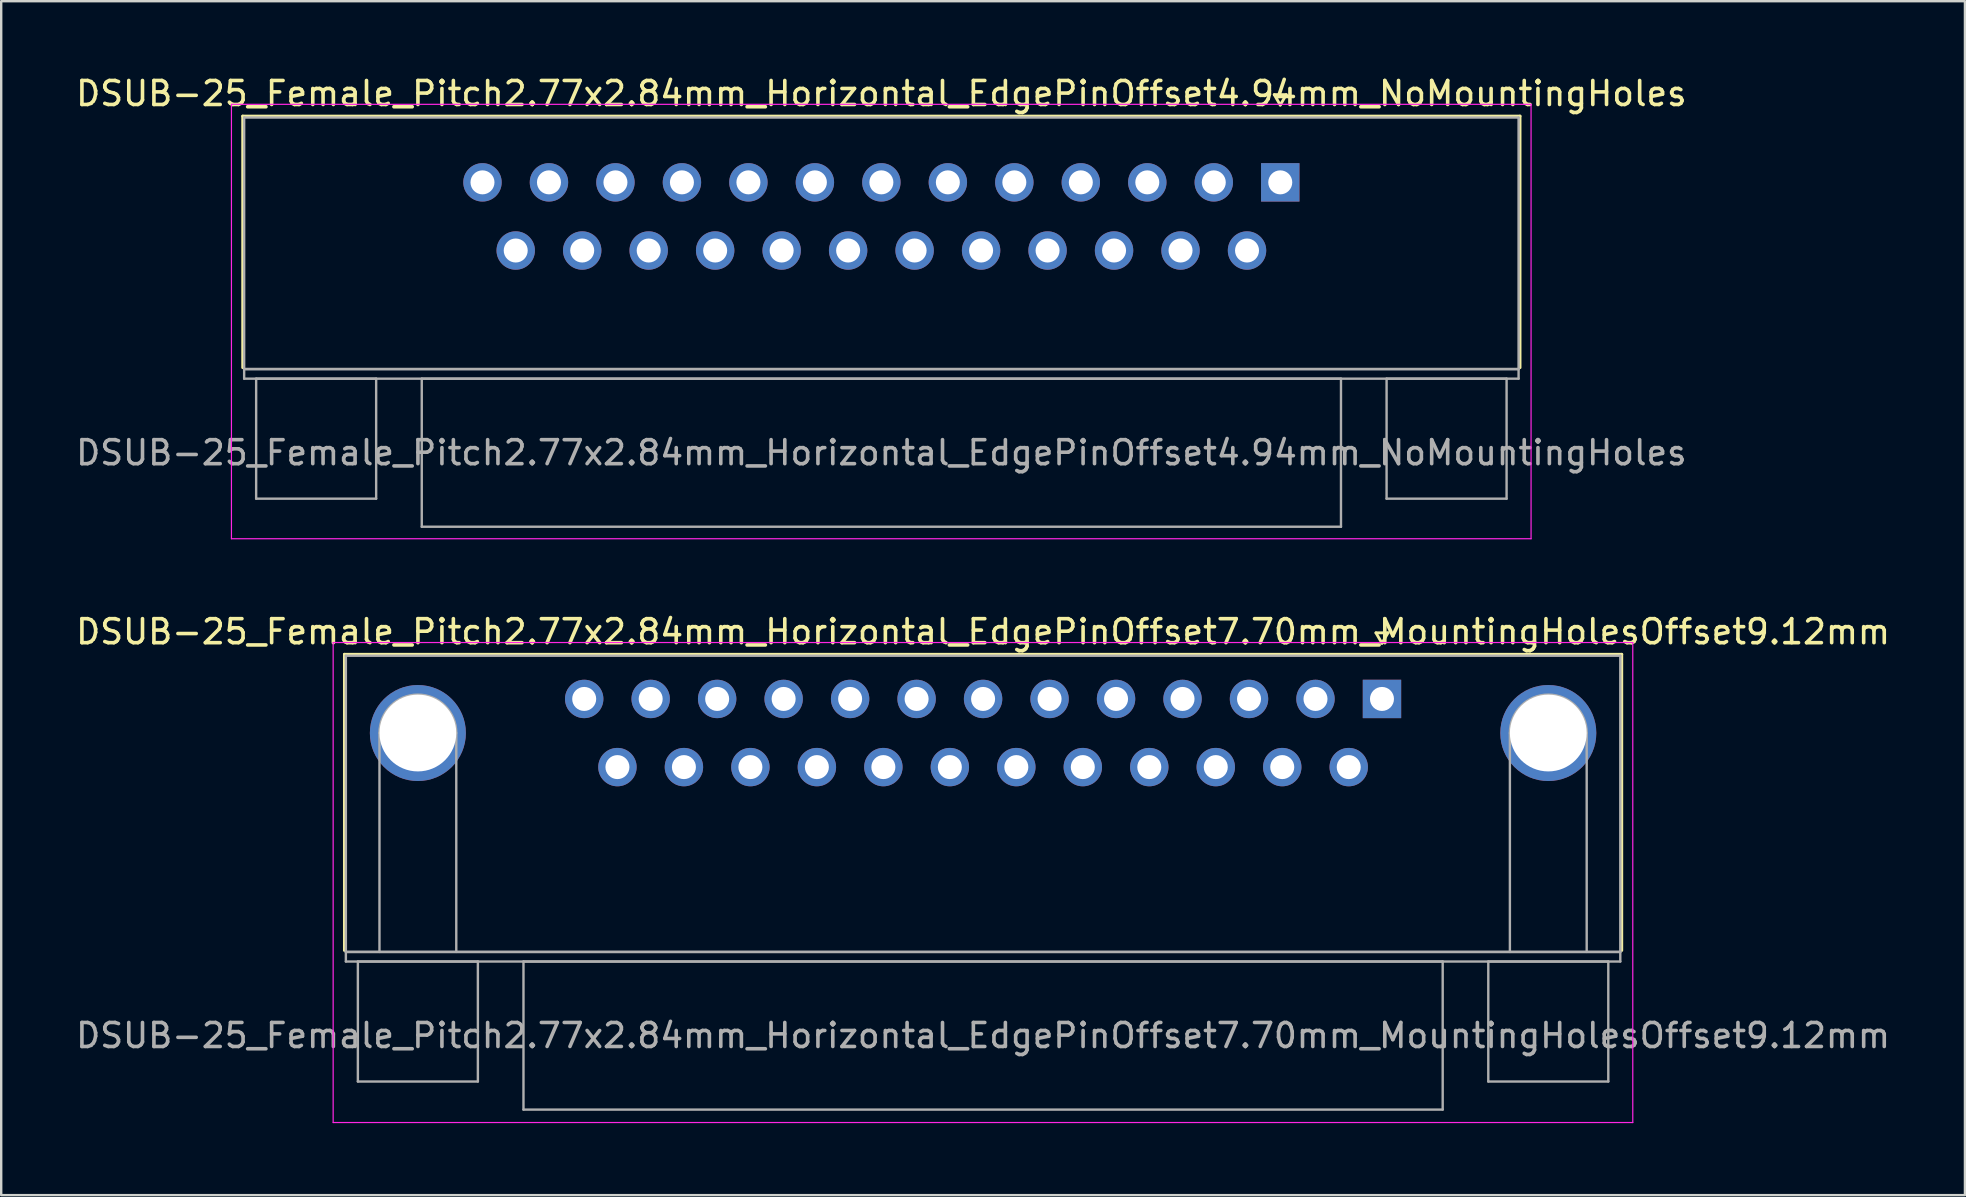
<source format=kicad_pcb>
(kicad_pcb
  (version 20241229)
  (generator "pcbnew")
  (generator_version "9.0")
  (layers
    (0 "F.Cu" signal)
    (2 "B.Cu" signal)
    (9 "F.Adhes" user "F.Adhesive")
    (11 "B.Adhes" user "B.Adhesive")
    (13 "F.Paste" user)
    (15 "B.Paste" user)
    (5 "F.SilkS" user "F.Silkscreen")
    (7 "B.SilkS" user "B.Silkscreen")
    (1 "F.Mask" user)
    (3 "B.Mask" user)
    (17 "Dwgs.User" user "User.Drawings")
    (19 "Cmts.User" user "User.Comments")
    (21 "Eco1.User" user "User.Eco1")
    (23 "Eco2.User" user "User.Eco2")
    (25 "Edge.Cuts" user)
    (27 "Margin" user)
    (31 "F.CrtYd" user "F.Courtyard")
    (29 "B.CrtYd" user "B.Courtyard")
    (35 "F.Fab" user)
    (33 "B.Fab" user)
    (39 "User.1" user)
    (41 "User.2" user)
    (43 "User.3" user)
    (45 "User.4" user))
  (footprint "DSUB-25_Female_Pitch2.77x2.84mm_Horizontal_EdgePinOffset7.70mm_MountingHolesOffset9.12mm"
    (layer "F.Cu")
    (at 54.531 26.072)
    (property "Reference" "DSUB-25_Female_Pitch2.77x2.84mm_Horizontal_EdgePinOffset7.70mm_MountingHolesOffset9.12mm" (at -16.62 -2.8 0) (layer "F.SilkS") (effects (font (size 1 1) (thickness 0.15))))
    (attr through_hole)
    (fp_line (start -43.23 -1.86) (end 9.99 -1.86) (stroke (width 0.12) (type solid)) (layer "F.SilkS"))
    (fp_line (start -43.23 10.48) (end -43.23 -1.86) (stroke (width 0.12) (type solid)) (layer "F.SilkS"))
    (fp_line (start -0.25 -2.754) (end 0.25 -2.754) (stroke (width 0.12) (type solid)) (layer "F.SilkS"))
    (fp_line (start 0 -2.321) (end -0.25 -2.754) (stroke (width 0.12) (type solid)) (layer "F.SilkS"))
    (fp_line (start 0.25 -2.754) (end 0 -2.321) (stroke (width 0.12) (type solid)) (layer "F.SilkS"))
    (fp_line (start 9.99 -1.86) (end 9.99 10.48) (stroke (width 0.12) (type solid)) (layer "F.SilkS"))
    (fp_line (start -43.7 -2.35) (end -43.7 17.65) (stroke (width 0.05) (type solid)) (layer "F.CrtYd"))
    (fp_line (start -43.7 17.65) (end 10.45 17.65) (stroke (width 0.05) (type solid)) (layer "F.CrtYd"))
    (fp_line (start 10.45 -2.35) (end -43.7 -2.35) (stroke (width 0.05) (type solid)) (layer "F.CrtYd"))
    (fp_line (start 10.45 17.65) (end 10.45 -2.35) (stroke (width 0.05) (type solid)) (layer "F.CrtYd"))
    (fp_line (start -43.17 -1.8) (end -43.17 10.54) (stroke (width 0.1) (type solid)) (layer "F.Fab"))
    (fp_line (start -43.17 10.54) (end -43.17 10.94) (stroke (width 0.1) (type solid)) (layer "F.Fab"))
    (fp_line (start -43.17 10.54) (end 9.93 10.54) (stroke (width 0.1) (type solid)) (layer "F.Fab"))
    (fp_line (start -43.17 10.94) (end 9.93 10.94) (stroke (width 0.1) (type solid)) (layer "F.Fab"))
    (fp_line (start -42.67 10.94) (end -42.67 15.94) (stroke (width 0.1) (type solid)) (layer "F.Fab"))
    (fp_line (start -42.67 15.94) (end -37.67 15.94) (stroke (width 0.1) (type solid)) (layer "F.Fab"))
    (fp_line (start -41.77 10.54) (end -41.77 1.42) (stroke (width 0.1) (type solid)) (layer "F.Fab"))
    (fp_line (start -38.57 10.54) (end -38.57 1.42) (stroke (width 0.1) (type solid)) (layer "F.Fab"))
    (fp_line (start -37.67 10.94) (end -42.67 10.94) (stroke (width 0.1) (type solid)) (layer "F.Fab"))
    (fp_line (start -37.67 15.94) (end -37.67 10.94) (stroke (width 0.1) (type solid)) (layer "F.Fab"))
    (fp_line (start -35.77 10.94) (end -35.77 17.11) (stroke (width 0.1) (type solid)) (layer "F.Fab"))
    (fp_line (start -35.77 17.11) (end 2.53 17.11) (stroke (width 0.1) (type solid)) (layer "F.Fab"))
    (fp_line (start 2.53 10.94) (end -35.77 10.94) (stroke (width 0.1) (type solid)) (layer "F.Fab"))
    (fp_line (start 2.53 17.11) (end 2.53 10.94) (stroke (width 0.1) (type solid)) (layer "F.Fab"))
    (fp_line (start 4.43 10.94) (end 4.43 15.94) (stroke (width 0.1) (type solid)) (layer "F.Fab"))
    (fp_line (start 4.43 15.94) (end 9.43 15.94) (stroke (width 0.1) (type solid)) (layer "F.Fab"))
    (fp_line (start 5.33 10.54) (end 5.33 1.42) (stroke (width 0.1) (type solid)) (layer "F.Fab"))
    (fp_line (start 8.53 10.54) (end 8.53 1.42) (stroke (width 0.1) (type solid)) (layer "F.Fab"))
    (fp_line (start 9.43 10.94) (end 4.43 10.94) (stroke (width 0.1) (type solid)) (layer "F.Fab"))
    (fp_line (start 9.43 15.94) (end 9.43 10.94) (stroke (width 0.1) (type solid)) (layer "F.Fab"))
    (fp_line (start 9.93 -1.8) (end -43.17 -1.8) (stroke (width 0.1) (type solid)) (layer "F.Fab"))
    (fp_line (start 9.93 10.54) (end -43.17 10.54) (stroke (width 0.1) (type solid)) (layer "F.Fab"))
    (fp_line (start 9.93 10.54) (end 9.93 -1.8) (stroke (width 0.1) (type solid)) (layer "F.Fab"))
    (fp_line (start 9.93 10.94) (end 9.93 10.54) (stroke (width 0.1) (type solid)) (layer "F.Fab"))
    (fp_arc (start -41.77 1.42) (mid -40.17 -0.18) (end -38.57 1.42) (stroke (width 0.1) (type solid)) (layer "F.Fab"))
    (fp_arc (start 5.33 1.42) (mid 6.93 -0.18) (end 8.53 1.42) (stroke (width 0.1) (type solid)) (layer "F.Fab"))
    (fp_text user "${REFERENCE}" (at -16.62 14.025 0) (layer "F.Fab") (effects (font (size 1 1) (thickness 0.15))))
    (pad "0" thru_hole circle (at -40.17 1.42) (size 4 4) (drill 3.2) (layers "*.Cu" "*.Mask"))
    (pad "0" thru_hole circle (at 6.93 1.42) (size 4 4) (drill 3.2) (layers "*.Cu" "*.Mask"))
    (pad "1" thru_hole rect (at 0 0) (size 1.6 1.6) (drill 1) (layers "*.Cu" "*.Mask"))
    (pad "2" thru_hole circle (at -2.77 0) (size 1.6 1.6) (drill 1) (layers "*.Cu" "*.Mask"))
    (pad "3" thru_hole circle (at -5.54 0) (size 1.6 1.6) (drill 1) (layers "*.Cu" "*.Mask"))
    (pad "4" thru_hole circle (at -8.31 0) (size 1.6 1.6) (drill 1) (layers "*.Cu" "*.Mask"))
    (pad "5" thru_hole circle (at -11.08 0) (size 1.6 1.6) (drill 1) (layers "*.Cu" "*.Mask"))
    (pad "6" thru_hole circle (at -13.85 0) (size 1.6 1.6) (drill 1) (layers "*.Cu" "*.Mask"))
    (pad "7" thru_hole circle (at -16.62 0) (size 1.6 1.6) (drill 1) (layers "*.Cu" "*.Mask"))
    (pad "8" thru_hole circle (at -19.39 0) (size 1.6 1.6) (drill 1) (layers "*.Cu" "*.Mask"))
    (pad "9" thru_hole circle (at -22.16 0) (size 1.6 1.6) (drill 1) (layers "*.Cu" "*.Mask"))
    (pad "10" thru_hole circle (at -24.93 0) (size 1.6 1.6) (drill 1) (layers "*.Cu" "*.Mask"))
    (pad "11" thru_hole circle (at -27.7 0) (size 1.6 1.6) (drill 1) (layers "*.Cu" "*.Mask"))
    (pad "12" thru_hole circle (at -30.47 0) (size 1.6 1.6) (drill 1) (layers "*.Cu" "*.Mask"))
    (pad "13" thru_hole circle (at -33.24 0) (size 1.6 1.6) (drill 1) (layers "*.Cu" "*.Mask"))
    (pad "14" thru_hole circle (at -1.385 2.84) (size 1.6 1.6) (drill 1) (layers "*.Cu" "*.Mask"))
    (pad "15" thru_hole circle (at -4.155 2.84) (size 1.6 1.6) (drill 1) (layers "*.Cu" "*.Mask"))
    (pad "16" thru_hole circle (at -6.925 2.84) (size 1.6 1.6) (drill 1) (layers "*.Cu" "*.Mask"))
    (pad "17" thru_hole circle (at -9.695 2.84) (size 1.6 1.6) (drill 1) (layers "*.Cu" "*.Mask"))
    (pad "18" thru_hole circle (at -12.465 2.84) (size 1.6 1.6) (drill 1) (layers "*.Cu" "*.Mask"))
    (pad "19" thru_hole circle (at -15.235 2.84) (size 1.6 1.6) (drill 1) (layers "*.Cu" "*.Mask"))
    (pad "20" thru_hole circle (at -18.005 2.84) (size 1.6 1.6) (drill 1) (layers "*.Cu" "*.Mask"))
    (pad "21" thru_hole circle (at -20.775 2.84) (size 1.6 1.6) (drill 1) (layers "*.Cu" "*.Mask"))
    (pad "22" thru_hole circle (at -23.545 2.84) (size 1.6 1.6) (drill 1) (layers "*.Cu" "*.Mask"))
    (pad "23" thru_hole circle (at -26.315 2.84) (size 1.6 1.6) (drill 1) (layers "*.Cu" "*.Mask"))
    (pad "24" thru_hole circle (at -29.085 2.84) (size 1.6 1.6) (drill 1) (layers "*.Cu" "*.Mask"))
    (pad "25" thru_hole circle (at -31.855 2.84) (size 1.6 1.6) (drill 1) (layers "*.Cu" "*.Mask")))
  (footprint "DSUB-25_Female_Pitch2.77x2.84mm_Horizontal_EdgePinOffset4.94mm_NoMountingHoles"
    (layer "F.Cu")
    (at 50.293 4.548)
    (property "Reference" "DSUB-25_Female_Pitch2.77x2.84mm_Horizontal_EdgePinOffset4.94mm_NoMountingHoles" (at -16.62 -3.7 0) (layer "F.SilkS") (effects (font (size 1 1) (thickness 0.15))))
    (attr through_hole)
    (fp_line (start -43.23 -2.76) (end 9.99 -2.76) (stroke (width 0.12) (type solid)) (layer "F.SilkS"))
    (fp_line (start -43.23 7.72) (end -43.23 -2.76) (stroke (width 0.12) (type solid)) (layer "F.SilkS"))
    (fp_line (start -0.25 -3.654) (end 0.25 -3.654) (stroke (width 0.12) (type solid)) (layer "F.SilkS"))
    (fp_line (start 0 -3.221) (end -0.25 -3.654) (stroke (width 0.12) (type solid)) (layer "F.SilkS"))
    (fp_line (start 0.25 -3.654) (end 0 -3.221) (stroke (width 0.12) (type solid)) (layer "F.SilkS"))
    (fp_line (start 9.99 -2.76) (end 9.99 7.72) (stroke (width 0.12) (type solid)) (layer "F.SilkS"))
    (fp_line (start -43.7 -3.25) (end -43.7 14.85) (stroke (width 0.05) (type solid)) (layer "F.CrtYd"))
    (fp_line (start -43.7 14.85) (end 10.45 14.85) (stroke (width 0.05) (type solid)) (layer "F.CrtYd"))
    (fp_line (start 10.45 -3.25) (end -43.7 -3.25) (stroke (width 0.05) (type solid)) (layer "F.CrtYd"))
    (fp_line (start 10.45 14.85) (end 10.45 -3.25) (stroke (width 0.05) (type solid)) (layer "F.CrtYd"))
    (fp_line (start -43.17 -2.7) (end -43.17 7.78) (stroke (width 0.1) (type solid)) (layer "F.Fab"))
    (fp_line (start -43.17 7.78) (end -43.17 8.18) (stroke (width 0.1) (type solid)) (layer "F.Fab"))
    (fp_line (start -43.17 7.78) (end 9.93 7.78) (stroke (width 0.1) (type solid)) (layer "F.Fab"))
    (fp_line (start -43.17 8.18) (end 9.93 8.18) (stroke (width 0.1) (type solid)) (layer "F.Fab"))
    (fp_line (start -42.67 8.18) (end -42.67 13.18) (stroke (width 0.1) (type solid)) (layer "F.Fab"))
    (fp_line (start -42.67 13.18) (end -37.67 13.18) (stroke (width 0.1) (type solid)) (layer "F.Fab"))
    (fp_line (start -37.67 8.18) (end -42.67 8.18) (stroke (width 0.1) (type solid)) (layer "F.Fab"))
    (fp_line (start -37.67 13.18) (end -37.67 8.18) (stroke (width 0.1) (type solid)) (layer "F.Fab"))
    (fp_line (start -35.77 8.18) (end -35.77 14.35) (stroke (width 0.1) (type solid)) (layer "F.Fab"))
    (fp_line (start -35.77 14.35) (end 2.53 14.35) (stroke (width 0.1) (type solid)) (layer "F.Fab"))
    (fp_line (start 2.53 8.18) (end -35.77 8.18) (stroke (width 0.1) (type solid)) (layer "F.Fab"))
    (fp_line (start 2.53 14.35) (end 2.53 8.18) (stroke (width 0.1) (type solid)) (layer "F.Fab"))
    (fp_line (start 4.43 8.18) (end 4.43 13.18) (stroke (width 0.1) (type solid)) (layer "F.Fab"))
    (fp_line (start 4.43 13.18) (end 9.43 13.18) (stroke (width 0.1) (type solid)) (layer "F.Fab"))
    (fp_line (start 9.43 8.18) (end 4.43 8.18) (stroke (width 0.1) (type solid)) (layer "F.Fab"))
    (fp_line (start 9.43 13.18) (end 9.43 8.18) (stroke (width 0.1) (type solid)) (layer "F.Fab"))
    (fp_line (start 9.93 -2.7) (end -43.17 -2.7) (stroke (width 0.1) (type solid)) (layer "F.Fab"))
    (fp_line (start 9.93 7.78) (end -43.17 7.78) (stroke (width 0.1) (type solid)) (layer "F.Fab"))
    (fp_line (start 9.93 7.78) (end 9.93 -2.7) (stroke (width 0.1) (type solid)) (layer "F.Fab"))
    (fp_line (start 9.93 8.18) (end 9.93 7.78) (stroke (width 0.1) (type solid)) (layer "F.Fab"))
    (fp_text user "${REFERENCE}" (at -16.62 11.265 0) (layer "F.Fab") (effects (font (size 1 1) (thickness 0.15))))
    (pad "1" thru_hole rect (at 0 0) (size 1.6 1.6) (drill 1) (layers "*.Cu" "*.Mask"))
    (pad "2" thru_hole circle (at -2.77 0) (size 1.6 1.6) (drill 1) (layers "*.Cu" "*.Mask"))
    (pad "3" thru_hole circle (at -5.54 0) (size 1.6 1.6) (drill 1) (layers "*.Cu" "*.Mask"))
    (pad "4" thru_hole circle (at -8.31 0) (size 1.6 1.6) (drill 1) (layers "*.Cu" "*.Mask"))
    (pad "5" thru_hole circle (at -11.08 0) (size 1.6 1.6) (drill 1) (layers "*.Cu" "*.Mask"))
    (pad "6" thru_hole circle (at -13.85 0) (size 1.6 1.6) (drill 1) (layers "*.Cu" "*.Mask"))
    (pad "7" thru_hole circle (at -16.62 0) (size 1.6 1.6) (drill 1) (layers "*.Cu" "*.Mask"))
    (pad "8" thru_hole circle (at -19.39 0) (size 1.6 1.6) (drill 1) (layers "*.Cu" "*.Mask"))
    (pad "9" thru_hole circle (at -22.16 0) (size 1.6 1.6) (drill 1) (layers "*.Cu" "*.Mask"))
    (pad "10" thru_hole circle (at -24.93 0) (size 1.6 1.6) (drill 1) (layers "*.Cu" "*.Mask"))
    (pad "11" thru_hole circle (at -27.7 0) (size 1.6 1.6) (drill 1) (layers "*.Cu" "*.Mask"))
    (pad "12" thru_hole circle (at -30.47 0) (size 1.6 1.6) (drill 1) (layers "*.Cu" "*.Mask"))
    (pad "13" thru_hole circle (at -33.24 0) (size 1.6 1.6) (drill 1) (layers "*.Cu" "*.Mask"))
    (pad "14" thru_hole circle (at -1.385 2.84) (size 1.6 1.6) (drill 1) (layers "*.Cu" "*.Mask"))
    (pad "15" thru_hole circle (at -4.155 2.84) (size 1.6 1.6) (drill 1) (layers "*.Cu" "*.Mask"))
    (pad "16" thru_hole circle (at -6.925 2.84) (size 1.6 1.6) (drill 1) (layers "*.Cu" "*.Mask"))
    (pad "17" thru_hole circle (at -9.695 2.84) (size 1.6 1.6) (drill 1) (layers "*.Cu" "*.Mask"))
    (pad "18" thru_hole circle (at -12.465 2.84) (size 1.6 1.6) (drill 1) (layers "*.Cu" "*.Mask"))
    (pad "19" thru_hole circle (at -15.235 2.84) (size 1.6 1.6) (drill 1) (layers "*.Cu" "*.Mask"))
    (pad "20" thru_hole circle (at -18.005 2.84) (size 1.6 1.6) (drill 1) (layers "*.Cu" "*.Mask"))
    (pad "21" thru_hole circle (at -20.775 2.84) (size 1.6 1.6) (drill 1) (layers "*.Cu" "*.Mask"))
    (pad "22" thru_hole circle (at -23.545 2.84) (size 1.6 1.6) (drill 1) (layers "*.Cu" "*.Mask"))
    (pad "23" thru_hole circle (at -26.315 2.84) (size 1.6 1.6) (drill 1) (layers "*.Cu" "*.Mask"))
    (pad "24" thru_hole circle (at -29.085 2.84) (size 1.6 1.6) (drill 1) (layers "*.Cu" "*.Mask"))
    (pad "25" thru_hole circle (at -31.855 2.84) (size 1.6 1.6) (drill 1) (layers "*.Cu" "*.Mask")))
  (gr_rect
    (start -3 -3)
    (end 78.821 46.746)
    (stroke (width 0.1) (type default))
    (fill no)
    (layer "Edge.Cuts")))
</source>
